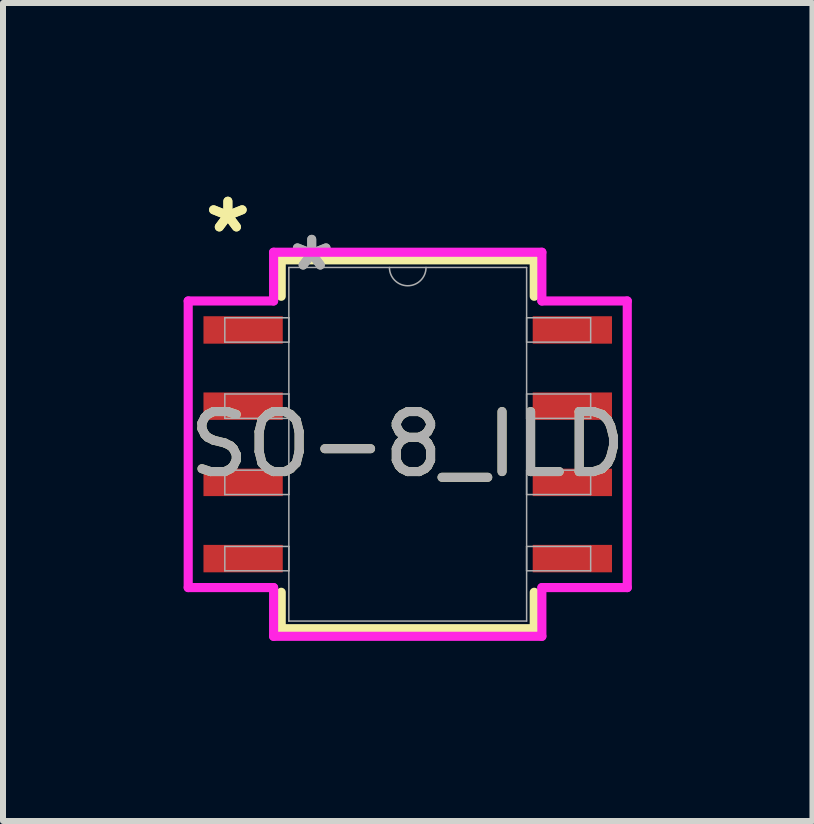
<source format=kicad_pcb>
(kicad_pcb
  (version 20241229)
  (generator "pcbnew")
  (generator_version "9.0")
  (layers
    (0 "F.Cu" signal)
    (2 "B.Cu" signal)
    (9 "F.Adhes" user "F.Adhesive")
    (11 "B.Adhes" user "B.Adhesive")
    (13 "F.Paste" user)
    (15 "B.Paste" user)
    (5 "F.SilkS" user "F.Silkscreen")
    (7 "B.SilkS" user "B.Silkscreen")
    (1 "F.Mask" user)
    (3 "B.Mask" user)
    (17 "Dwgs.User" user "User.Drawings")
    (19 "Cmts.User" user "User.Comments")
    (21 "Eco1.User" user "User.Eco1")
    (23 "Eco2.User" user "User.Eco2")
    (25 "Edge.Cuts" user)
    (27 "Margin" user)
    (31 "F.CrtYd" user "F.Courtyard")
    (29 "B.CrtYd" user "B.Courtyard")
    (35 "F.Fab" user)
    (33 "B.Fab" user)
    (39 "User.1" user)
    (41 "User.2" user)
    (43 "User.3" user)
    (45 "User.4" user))
  (footprint "SO-8_ILD"
    (layer "F.Cu")
    (at 3.744 4.353)
    (property "Reference" "SO-8_ILD" (at 0 0 0) (unlocked yes) (layer "F.SilkS") (effects (font (size 1 1) (thickness 0.15))))
    (attr smd)
    (fp_line (start -2.108 -3.073) (end -2.108 -2.466) (stroke (width 0.152) (type solid)) (layer "F.SilkS"))
    (fp_line (start -2.108 2.466) (end -2.108 3.073) (stroke (width 0.152) (type solid)) (layer "F.SilkS"))
    (fp_line (start -2.108 3.073) (end 2.108 3.073) (stroke (width 0.152) (type solid)) (layer "F.SilkS"))
    (fp_line (start 2.108 -3.073) (end -2.108 -3.073) (stroke (width 0.152) (type solid)) (layer "F.SilkS"))
    (fp_line (start 2.108 -2.466) (end 2.108 -3.073) (stroke (width 0.152) (type solid)) (layer "F.SilkS"))
    (fp_line (start 2.108 3.073) (end 2.108 2.466) (stroke (width 0.152) (type solid)) (layer "F.SilkS"))
    (fp_line (start -3.658 -2.388) (end -2.235 -2.388) (stroke (width 0.152) (type solid)) (layer "F.CrtYd"))
    (fp_line (start -3.658 2.388) (end -3.658 -2.388) (stroke (width 0.152) (type solid)) (layer "F.CrtYd"))
    (fp_line (start -3.658 2.388) (end -2.235 2.388) (stroke (width 0.152) (type solid)) (layer "F.CrtYd"))
    (fp_line (start -2.235 -3.2) (end 2.235 -3.2) (stroke (width 0.152) (type solid)) (layer "F.CrtYd"))
    (fp_line (start -2.235 -2.388) (end -2.235 -3.2) (stroke (width 0.152) (type solid)) (layer "F.CrtYd"))
    (fp_line (start -2.235 3.2) (end -2.235 2.388) (stroke (width 0.152) (type solid)) (layer "F.CrtYd"))
    (fp_line (start 2.235 -3.2) (end 2.235 -2.388) (stroke (width 0.152) (type solid)) (layer "F.CrtYd"))
    (fp_line (start 2.235 2.388) (end 2.235 3.2) (stroke (width 0.152) (type solid)) (layer "F.CrtYd"))
    (fp_line (start 2.235 3.2) (end -2.235 3.2) (stroke (width 0.152) (type solid)) (layer "F.CrtYd"))
    (fp_line (start 3.658 -2.388) (end 2.235 -2.388) (stroke (width 0.152) (type solid)) (layer "F.CrtYd"))
    (fp_line (start 3.658 -2.388) (end 3.658 2.388) (stroke (width 0.152) (type solid)) (layer "F.CrtYd"))
    (fp_line (start 3.658 2.388) (end 2.235 2.388) (stroke (width 0.152) (type solid)) (layer "F.CrtYd"))
    (fp_line (start -3.048 -2.108) (end -3.048 -1.702) (stroke (width 0.025) (type solid)) (layer "F.Fab"))
    (fp_line (start -3.048 -1.702) (end -1.981 -1.702) (stroke (width 0.025) (type solid)) (layer "F.Fab"))
    (fp_line (start -3.048 -0.838) (end -3.048 -0.432) (stroke (width 0.025) (type solid)) (layer "F.Fab"))
    (fp_line (start -3.048 -0.432) (end -1.981 -0.432) (stroke (width 0.025) (type solid)) (layer "F.Fab"))
    (fp_line (start -3.048 0.432) (end -3.048 0.838) (stroke (width 0.025) (type solid)) (layer "F.Fab"))
    (fp_line (start -3.048 0.838) (end -1.981 0.838) (stroke (width 0.025) (type solid)) (layer "F.Fab"))
    (fp_line (start -3.048 1.702) (end -3.048 2.108) (stroke (width 0.025) (type solid)) (layer "F.Fab"))
    (fp_line (start -3.048 2.108) (end -1.981 2.108) (stroke (width 0.025) (type solid)) (layer "F.Fab"))
    (fp_line (start -1.981 -2.946) (end -1.981 2.946) (stroke (width 0.025) (type solid)) (layer "F.Fab"))
    (fp_line (start -1.981 -2.108) (end -3.048 -2.108) (stroke (width 0.025) (type solid)) (layer "F.Fab"))
    (fp_line (start -1.981 -1.702) (end -1.981 -2.108) (stroke (width 0.025) (type solid)) (layer "F.Fab"))
    (fp_line (start -1.981 -0.838) (end -3.048 -0.838) (stroke (width 0.025) (type solid)) (layer "F.Fab"))
    (fp_line (start -1.981 -0.432) (end -1.981 -0.838) (stroke (width 0.025) (type solid)) (layer "F.Fab"))
    (fp_line (start -1.981 0.432) (end -3.048 0.432) (stroke (width 0.025) (type solid)) (layer "F.Fab"))
    (fp_line (start -1.981 0.838) (end -1.981 0.432) (stroke (width 0.025) (type solid)) (layer "F.Fab"))
    (fp_line (start -1.981 1.702) (end -3.048 1.702) (stroke (width 0.025) (type solid)) (layer "F.Fab"))
    (fp_line (start -1.981 2.108) (end -1.981 1.702) (stroke (width 0.025) (type solid)) (layer "F.Fab"))
    (fp_line (start -1.981 2.946) (end 1.981 2.946) (stroke (width 0.025) (type solid)) (layer "F.Fab"))
    (fp_line (start 1.981 -2.946) (end -1.981 -2.946) (stroke (width 0.025) (type solid)) (layer "F.Fab"))
    (fp_line (start 1.981 -2.108) (end 1.981 -1.702) (stroke (width 0.025) (type solid)) (layer "F.Fab"))
    (fp_line (start 1.981 -1.702) (end 3.048 -1.702) (stroke (width 0.025) (type solid)) (layer "F.Fab"))
    (fp_line (start 1.981 -0.838) (end 1.981 -0.432) (stroke (width 0.025) (type solid)) (layer "F.Fab"))
    (fp_line (start 1.981 -0.432) (end 3.048 -0.432) (stroke (width 0.025) (type solid)) (layer "F.Fab"))
    (fp_line (start 1.981 0.432) (end 1.981 0.838) (stroke (width 0.025) (type solid)) (layer "F.Fab"))
    (fp_line (start 1.981 0.838) (end 3.048 0.838) (stroke (width 0.025) (type solid)) (layer "F.Fab"))
    (fp_line (start 1.981 1.702) (end 1.981 2.108) (stroke (width 0.025) (type solid)) (layer "F.Fab"))
    (fp_line (start 1.981 2.108) (end 3.048 2.108) (stroke (width 0.025) (type solid)) (layer "F.Fab"))
    (fp_line (start 1.981 2.946) (end 1.981 -2.946) (stroke (width 0.025) (type solid)) (layer "F.Fab"))
    (fp_line (start 3.048 -2.108) (end 1.981 -2.108) (stroke (width 0.025) (type solid)) (layer "F.Fab"))
    (fp_line (start 3.048 -1.702) (end 3.048 -2.108) (stroke (width 0.025) (type solid)) (layer "F.Fab"))
    (fp_line (start 3.048 -0.838) (end 1.981 -0.838) (stroke (width 0.025) (type solid)) (layer "F.Fab"))
    (fp_line (start 3.048 -0.432) (end 3.048 -0.838) (stroke (width 0.025) (type solid)) (layer "F.Fab"))
    (fp_line (start 3.048 0.432) (end 1.981 0.432) (stroke (width 0.025) (type solid)) (layer "F.Fab"))
    (fp_line (start 3.048 0.838) (end 3.048 0.432) (stroke (width 0.025) (type solid)) (layer "F.Fab"))
    (fp_line (start 3.048 1.702) (end 1.981 1.702) (stroke (width 0.025) (type solid)) (layer "F.Fab"))
    (fp_line (start 3.048 2.108) (end 3.048 1.702) (stroke (width 0.025) (type solid)) (layer "F.Fab"))
    (fp_arc (start 0.3048 -2.9464) (mid 0 -2.6416) (end -0.3048 -2.9464) (stroke (width 0.0254) (type solid)) (layer "F.Fab"))
    (fp_text user "*" (at -2.997 -3.505 0) (layer "F.SilkS") (effects (font (size 1 1) (thickness 0.15))))
    (fp_text user "*" (at -2.997 -3.505 0) (unlocked yes) (layer "F.SilkS") (effects (font (size 1 1) (thickness 0.15))))
    (fp_text user "${REFERENCE}" (at 0 0 0) (unlocked yes) (layer "F.Fab") (effects (font (size 1 1) (thickness 0.15))))
    (fp_text user "*" (at -1.6 -2.87 0) (layer "F.Fab") (effects (font (size 1 1) (thickness 0.15))))
    (fp_text user "*" (at -1.6 -2.87 0) (unlocked yes) (layer "F.Fab") (effects (font (size 1 1) (thickness 0.15))))
    (pad "1" smd rect (at -2.743 -1.905) (size 1.321 0.457) (layers "F.Cu" "F.Mask" "F.Paste"))
    (pad "2" smd rect (at -2.743 -0.635) (size 1.321 0.457) (layers "F.Cu" "F.Mask" "F.Paste"))
    (pad "3" smd rect (at -2.743 0.635) (size 1.321 0.457) (layers "F.Cu" "F.Mask" "F.Paste"))
    (pad "4" smd rect (at -2.743 1.905) (size 1.321 0.457) (layers "F.Cu" "F.Mask" "F.Paste"))
    (pad "5" smd rect (at 2.743 1.905) (size 1.321 0.457) (layers "F.Cu" "F.Mask" "F.Paste"))
    (pad "6" smd rect (at 2.743 0.635) (size 1.321 0.457) (layers "F.Cu" "F.Mask" "F.Paste"))
    (pad "7" smd rect (at 2.743 -0.635) (size 1.321 0.457) (layers "F.Cu" "F.Mask" "F.Paste"))
    (pad "8" smd rect (at 2.743 -1.905) (size 1.321 0.457) (layers "F.Cu" "F.Mask" "F.Paste")))
  (gr_rect
    (start -3 -3)
    (end 10.488 10.63)
    (stroke (width 0.1) (type default))
    (fill no)
    (layer "Edge.Cuts")))
</source>
